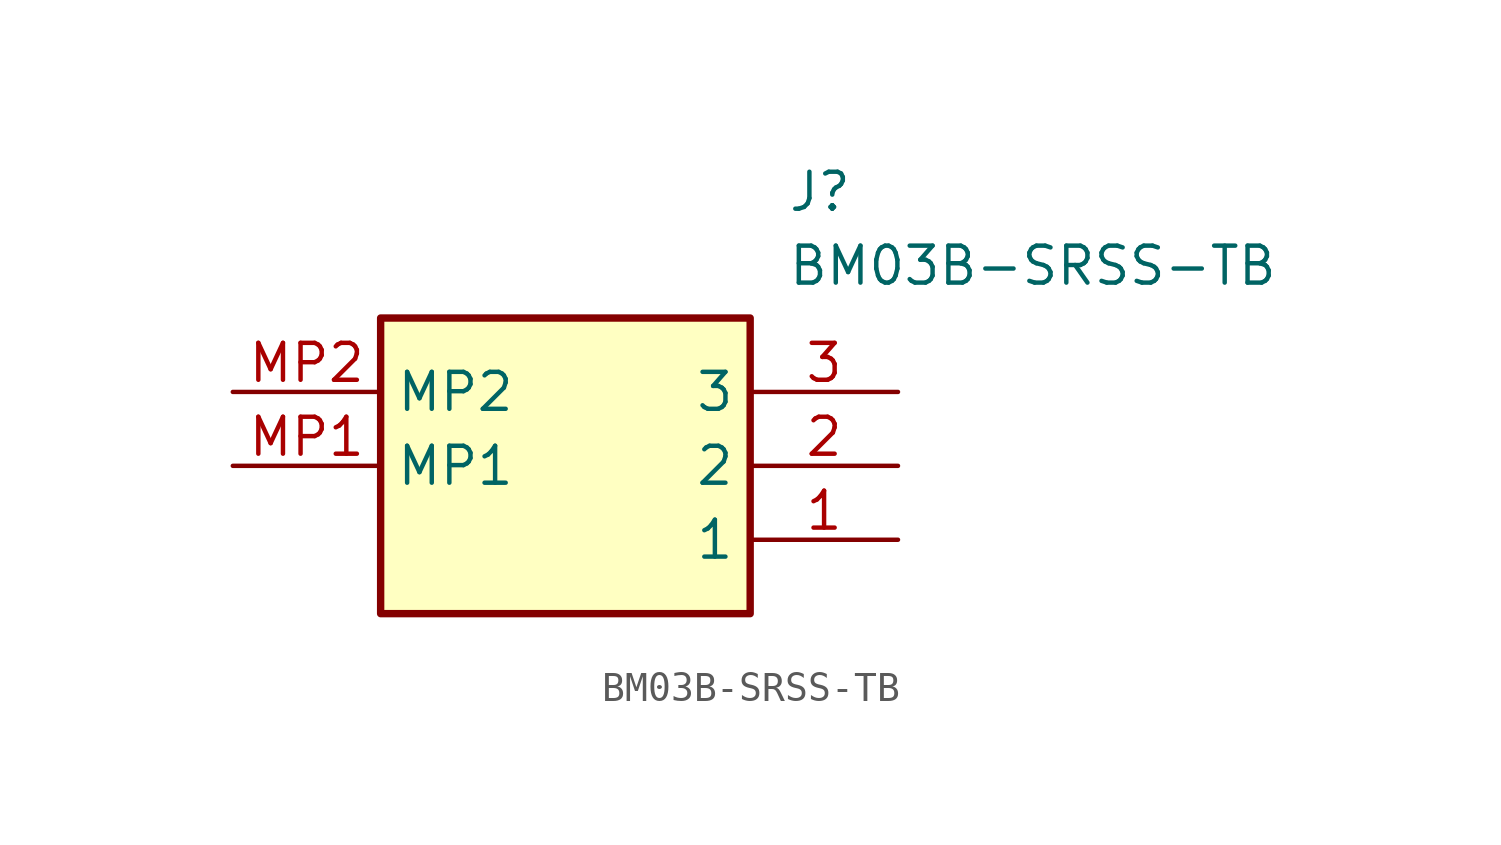
<source format=kicad_sym>
(kicad_symbol_lib
  (version 20211014)
  (generator SamacSys_ECAD_Model)
  (symbol "BM03B-SRSS-TB"
    (property "Reference" "J"
      (at 19.05 7.62 0)
      (effects (font (size 1.27 1.27)) (justify left top)))
    (property "Value" "BM03B-SRSS-TB"
      (at 19.05 5.08 0)
      (effects (font (size 1.27 1.27)) (justify left top)))
    (rectangle
      (start 5.08 2.54)
      (end 17.78 -7.62)
      (stroke (width 0.254) (type default))
      (fill (type background)))
    (pin passive line
      (at 22.86 -5.08 180)
      (length 5.08)
      (name "1" (effects (font (size 1.27 1.27))))
      (number "1" (effects (font (size 1.27 1.27)))))
    (pin passive line
      (at 22.86 -2.54 180)
      (length 5.08)
      (name "2" (effects (font (size 1.27 1.27))))
      (number "2" (effects (font (size 1.27 1.27)))))
    (pin passive line
      (at 22.86 0 180)
      (length 5.08)
      (name "3" (effects (font (size 1.27 1.27))))
      (number "3" (effects (font (size 1.27 1.27)))))
    (pin passive line
      (at 0 -2.54 0)
      (length 5.08)
      (name "MP1" (effects (font (size 1.27 1.27))))
      (number "MP1" (effects (font (size 1.27 1.27)))))
    (pin passive line
      (at 0 0 0)
      (length 5.08)
      (name "MP2" (effects (font (size 1.27 1.27))))
      (number "MP2" (effects (font (size 1.27 1.27)))))))
</source>
